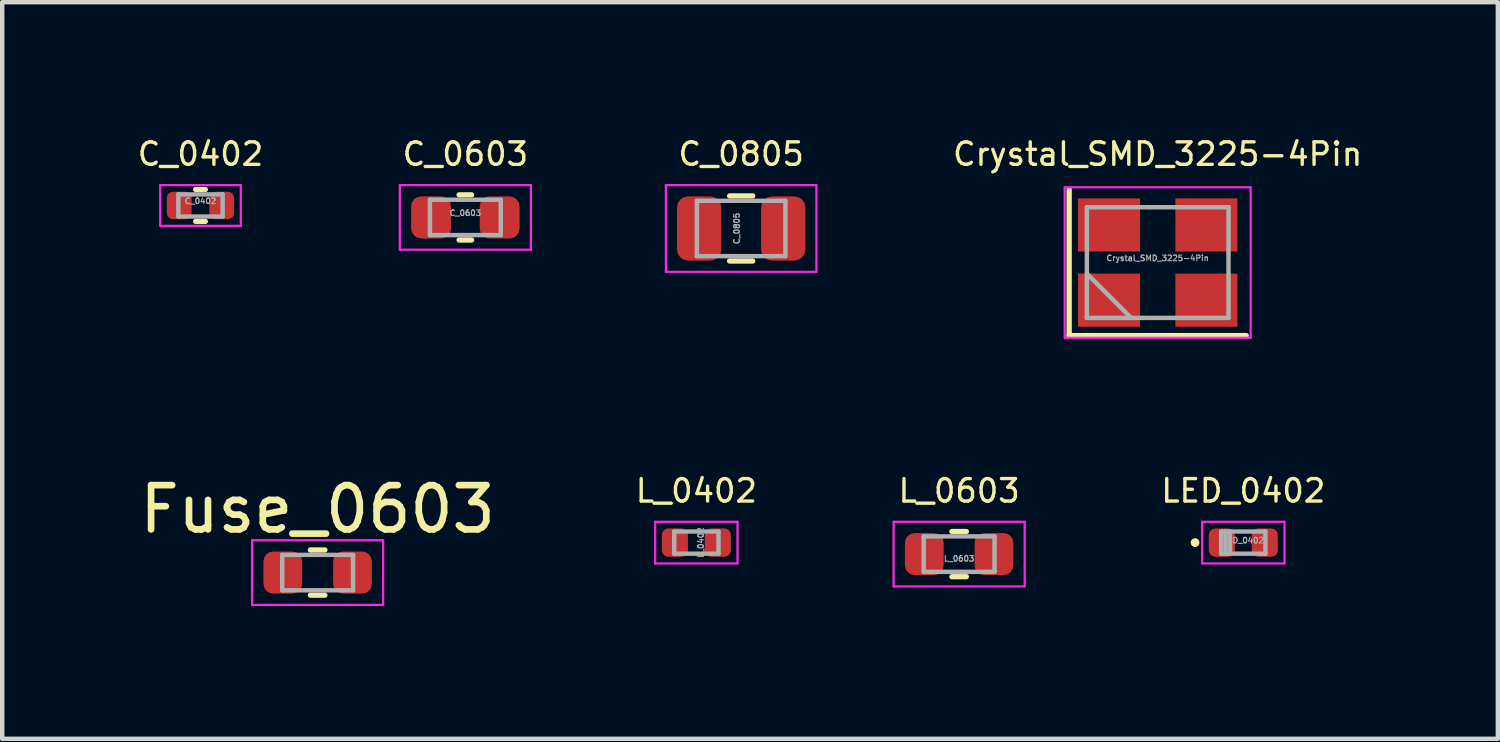
<source format=kicad_pcb>
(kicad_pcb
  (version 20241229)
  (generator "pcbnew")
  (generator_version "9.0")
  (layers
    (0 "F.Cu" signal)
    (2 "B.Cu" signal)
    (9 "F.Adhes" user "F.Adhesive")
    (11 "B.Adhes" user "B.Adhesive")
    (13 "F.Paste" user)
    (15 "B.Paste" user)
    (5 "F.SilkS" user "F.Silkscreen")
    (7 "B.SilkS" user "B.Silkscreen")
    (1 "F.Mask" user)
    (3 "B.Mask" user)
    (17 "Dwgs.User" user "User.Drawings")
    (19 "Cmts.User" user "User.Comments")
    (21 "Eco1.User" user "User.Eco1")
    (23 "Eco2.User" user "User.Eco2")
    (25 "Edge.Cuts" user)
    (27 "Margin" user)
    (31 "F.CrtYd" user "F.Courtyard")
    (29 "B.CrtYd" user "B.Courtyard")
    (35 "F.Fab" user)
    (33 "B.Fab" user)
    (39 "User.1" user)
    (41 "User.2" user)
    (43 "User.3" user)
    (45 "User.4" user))
  (footprint "C_0603"
    (layer "F.Cu")
    (at 7.462 1.861)
    (property "Reference" "C_0603" (at 0 -1.43 180) (layer "F.SilkS") (effects (font (size 0.508 0.508) (thickness 0.076))))
    (attr smd)
    (fp_line (start 0.141 -0.51) (end -0.141 -0.51) (stroke (width 0.12) (type solid)) (layer "F.SilkS"))
    (fp_line (start 0.141 0.51) (end -0.141 0.51) (stroke (width 0.12) (type solid)) (layer "F.SilkS"))
    (fp_line (start -1.48 -0.73) (end -1.48 0.73) (stroke (width 0.05) (type solid)) (layer "F.CrtYd"))
    (fp_line (start -1.48 0.73) (end 1.48 0.73) (stroke (width 0.05) (type solid)) (layer "F.CrtYd"))
    (fp_line (start 1.48 -0.73) (end -1.48 -0.73) (stroke (width 0.05) (type solid)) (layer "F.CrtYd"))
    (fp_line (start 1.48 0.73) (end 1.48 -0.73) (stroke (width 0.05) (type solid)) (layer "F.CrtYd"))
    (fp_line (start -0.8 -0.4) (end -0.8 0.4) (stroke (width 0.1) (type solid)) (layer "F.Fab"))
    (fp_line (start -0.8 0.4) (end 0.8 0.4) (stroke (width 0.1) (type solid)) (layer "F.Fab"))
    (fp_line (start 0.8 -0.4) (end -0.8 -0.4) (stroke (width 0.1) (type solid)) (layer "F.Fab"))
    (fp_line (start 0.8 0.4) (end 0.8 -0.4) (stroke (width 0.1) (type solid)) (layer "F.Fab"))
    (fp_text user "${REFERENCE}" (at 0 -0.1 180) (layer "F.Fab") (effects (font (size 0.127 0.127) (thickness 0.025))))
    (pad "1" smd roundrect (at -0.775 0 180) (size 0.9 0.95) (layers "F.Cu" "F.Mask" "F.Paste") (roundrect_rratio 0.25))
    (pad "2" smd roundrect (at 0.775 0 180) (size 0.9 0.95) (layers "F.Cu" "F.Mask" "F.Paste") (roundrect_rratio 0.25)))
  (footprint "L_0603"
    (layer "F.Cu")
    (at 18.616 9.467)
    (property "Reference" "L_0603" (at 0 -1.43 180) (layer "F.SilkS") (effects (font (size 0.508 0.508) (thickness 0.076))))
    (attr smd)
    (fp_line (start -0.163 -0.51) (end 0.163 -0.51) (stroke (width 0.12) (type solid)) (layer "F.SilkS"))
    (fp_line (start -0.163 0.51) (end 0.163 0.51) (stroke (width 0.12) (type solid)) (layer "F.SilkS"))
    (fp_line (start -1.48 -0.73) (end 1.48 -0.73) (stroke (width 0.05) (type solid)) (layer "F.CrtYd"))
    (fp_line (start -1.48 0.73) (end -1.48 -0.73) (stroke (width 0.05) (type solid)) (layer "F.CrtYd"))
    (fp_line (start 1.48 -0.73) (end 1.48 0.73) (stroke (width 0.05) (type solid)) (layer "F.CrtYd"))
    (fp_line (start 1.48 0.73) (end -1.48 0.73) (stroke (width 0.05) (type solid)) (layer "F.CrtYd"))
    (fp_line (start -0.8 -0.4) (end 0.8 -0.4) (stroke (width 0.1) (type solid)) (layer "F.Fab"))
    (fp_line (start -0.8 0.4) (end -0.8 -0.4) (stroke (width 0.1) (type solid)) (layer "F.Fab"))
    (fp_line (start 0.8 -0.4) (end 0.8 0.4) (stroke (width 0.1) (type solid)) (layer "F.Fab"))
    (fp_line (start 0.8 0.4) (end -0.8 0.4) (stroke (width 0.1) (type solid)) (layer "F.Fab"))
    (fp_text user "${REFERENCE}" (at 0 0.102 180) (layer "F.Fab") (effects (font (size 0.127 0.127) (thickness 0.025))))
    (pad "1" smd roundrect (at -0.787 0) (size 0.875 0.95) (layers "F.Cu" "F.Mask" "F.Paste") (roundrect_rratio 0.25))
    (pad "2" smd roundrect (at 0.787 0) (size 0.875 0.95) (layers "F.Cu" "F.Mask" "F.Paste") (roundrect_rratio 0.25)))
  (footprint "C_0805"
    (layer "F.Cu")
    (at 13.692 2.111)
    (property "Reference" "C_0805" (at 0 -1.68 180) (layer "F.SilkS") (effects (font (size 0.508 0.508) (thickness 0.076))))
    (attr smd)
    (fp_line (start -0.261 -0.735) (end 0.261 -0.735) (stroke (width 0.12) (type solid)) (layer "F.SilkS"))
    (fp_line (start -0.261 0.735) (end 0.261 0.735) (stroke (width 0.12) (type solid)) (layer "F.SilkS"))
    (fp_line (start -1.7 -0.98) (end 1.7 -0.98) (stroke (width 0.05) (type solid)) (layer "F.CrtYd"))
    (fp_line (start -1.7 0.98) (end -1.7 -0.98) (stroke (width 0.05) (type solid)) (layer "F.CrtYd"))
    (fp_line (start 1.7 -0.98) (end 1.7 0.98) (stroke (width 0.05) (type solid)) (layer "F.CrtYd"))
    (fp_line (start 1.7 0.98) (end -1.7 0.98) (stroke (width 0.05) (type solid)) (layer "F.CrtYd"))
    (fp_line (start -1 -0.625) (end 1 -0.625) (stroke (width 0.1) (type solid)) (layer "F.Fab"))
    (fp_line (start -1 0.625) (end -1 -0.625) (stroke (width 0.1) (type solid)) (layer "F.Fab"))
    (fp_line (start 1 -0.625) (end 1 0.625) (stroke (width 0.1) (type solid)) (layer "F.Fab"))
    (fp_line (start 1 0.625) (end -1 0.625) (stroke (width 0.1) (type solid)) (layer "F.Fab"))
    (fp_text user "${REFERENCE}" (at -0.1 0 270) (layer "F.Fab") (effects (font (size 0.127 0.127) (thickness 0.025))))
    (pad "1" smd roundrect (at -0.95 0) (size 1 1.45) (layers "F.Cu" "F.Mask" "F.Paste") (roundrect_rratio 0.25))
    (pad "2" smd roundrect (at 0.95 0) (size 1 1.45) (layers "F.Cu" "F.Mask" "F.Paste") (roundrect_rratio 0.25)))
  (footprint "L_0402"
    (layer "F.Cu")
    (at 12.68 9.207)
    (property "Reference" "L_0402" (at 0 -1.17 180) (layer "F.SilkS") (effects (font (size 0.508 0.508) (thickness 0.076))))
    (attr smd)
    (fp_line (start -0.93 -0.47) (end 0.93 -0.47) (stroke (width 0.05) (type solid)) (layer "F.CrtYd"))
    (fp_line (start -0.93 0.47) (end -0.93 -0.47) (stroke (width 0.05) (type solid)) (layer "F.CrtYd"))
    (fp_line (start 0.93 -0.47) (end 0.93 0.47) (stroke (width 0.05) (type solid)) (layer "F.CrtYd"))
    (fp_line (start 0.93 0.47) (end -0.93 0.47) (stroke (width 0.05) (type solid)) (layer "F.CrtYd"))
    (fp_line (start -0.5 -0.25) (end 0.5 -0.25) (stroke (width 0.1) (type solid)) (layer "F.Fab"))
    (fp_line (start -0.5 0.25) (end -0.5 -0.25) (stroke (width 0.1) (type solid)) (layer "F.Fab"))
    (fp_line (start 0.5 -0.25) (end 0.5 0.25) (stroke (width 0.1) (type solid)) (layer "F.Fab"))
    (fp_line (start 0.5 0.25) (end -0.5 0.25) (stroke (width 0.1) (type solid)) (layer "F.Fab"))
    (fp_text user "${REFERENCE}" (at 0.1 0 90) (layer "F.Fab") (effects (font (size 0.127 0.127) (thickness 0.025))))
    (pad "1" smd roundrect (at -0.485 0) (size 0.59 0.64) (layers "F.Cu" "F.Mask" "F.Paste") (roundrect_rratio 0.25))
    (pad "2" smd roundrect (at 0.485 0) (size 0.59 0.64) (layers "F.Cu" "F.Mask" "F.Paste") (roundrect_rratio 0.25)))
  (footprint "C_0402"
    (layer "F.Cu")
    (at 1.479 1.591)
    (property "Reference" "C_0402" (at 0 -1.16 180) (layer "F.SilkS") (effects (font (size 0.508 0.508) (thickness 0.076))))
    (attr smd)
    (fp_line (start -0.108 -0.36) (end 0.108 -0.36) (stroke (width 0.12) (type solid)) (layer "F.SilkS"))
    (fp_line (start -0.108 0.36) (end 0.108 0.36) (stroke (width 0.12) (type solid)) (layer "F.SilkS"))
    (fp_line (start -0.91 -0.46) (end 0.91 -0.46) (stroke (width 0.05) (type solid)) (layer "F.CrtYd"))
    (fp_line (start -0.91 0.46) (end -0.91 -0.46) (stroke (width 0.05) (type solid)) (layer "F.CrtYd"))
    (fp_line (start 0.91 -0.46) (end 0.91 0.46) (stroke (width 0.05) (type solid)) (layer "F.CrtYd"))
    (fp_line (start 0.91 0.46) (end -0.91 0.46) (stroke (width 0.05) (type solid)) (layer "F.CrtYd"))
    (fp_line (start -0.5 -0.25) (end 0.5 -0.25) (stroke (width 0.1) (type solid)) (layer "F.Fab"))
    (fp_line (start -0.5 0.25) (end -0.5 -0.25) (stroke (width 0.1) (type solid)) (layer "F.Fab"))
    (fp_line (start 0.5 -0.25) (end 0.5 0.25) (stroke (width 0.1) (type solid)) (layer "F.Fab"))
    (fp_line (start 0.5 0.25) (end -0.5 0.25) (stroke (width 0.1) (type solid)) (layer "F.Fab"))
    (fp_text user "${REFERENCE}" (at 0 -0.1 180) (layer "F.Fab") (effects (font (size 0.127 0.127) (thickness 0.025))))
    (pad "1" smd roundrect (at -0.48 0) (size 0.56 0.62) (layers "F.Cu" "F.Mask" "F.Paste") (roundrect_rratio 0.25))
    (pad "2" smd roundrect (at 0.48 0) (size 0.56 0.62) (layers "F.Cu" "F.Mask" "F.Paste") (roundrect_rratio 0.25)))
  (footprint "Crystal_SMD_3225-4Pin"
    (layer "F.Cu")
    (at 23.101 2.881)
    (property "Reference" "Crystal_SMD_3225-4Pin" (at 0 -2.45 180) (layer "F.SilkS") (effects (font (size 0.508 0.508) (thickness 0.076))))
    (attr smd)
    (fp_line (start -2 -1.65) (end -2 1.65) (stroke (width 0.12) (type solid)) (layer "F.SilkS"))
    (fp_line (start -2 1.65) (end 2 1.65) (stroke (width 0.12) (type solid)) (layer "F.SilkS"))
    (fp_line (start -2.1 -1.7) (end -2.1 1.7) (stroke (width 0.05) (type solid)) (layer "F.CrtYd"))
    (fp_line (start -2.1 1.7) (end 2.1 1.7) (stroke (width 0.05) (type solid)) (layer "F.CrtYd"))
    (fp_line (start 2.1 -1.7) (end -2.1 -1.7) (stroke (width 0.05) (type solid)) (layer "F.CrtYd"))
    (fp_line (start 2.1 1.7) (end 2.1 -1.7) (stroke (width 0.05) (type solid)) (layer "F.CrtYd"))
    (fp_line (start -1.6 -1.25) (end -1.6 1.25) (stroke (width 0.1) (type solid)) (layer "F.Fab"))
    (fp_line (start -1.6 0.25) (end -0.6 1.25) (stroke (width 0.1) (type solid)) (layer "F.Fab"))
    (fp_line (start -1.6 1.25) (end 1.6 1.25) (stroke (width 0.1) (type solid)) (layer "F.Fab"))
    (fp_line (start 1.6 -1.25) (end -1.6 -1.25) (stroke (width 0.1) (type solid)) (layer "F.Fab"))
    (fp_line (start 1.6 1.25) (end 1.6 -1.25) (stroke (width 0.1) (type solid)) (layer "F.Fab"))
    (fp_text user "${REFERENCE}" (at 0 -0.1 180) (layer "F.Fab") (effects (font (size 0.127 0.127) (thickness 0.025))))
    (pad "1" smd rect (at -1.1 0.85) (size 1.4 1.2) (layers "F.Cu" "F.Mask" "F.Paste"))
    (pad "2" smd rect (at 1.1 0.85) (size 1.4 1.2) (layers "F.Cu" "F.Mask" "F.Paste"))
    (pad "3" smd rect (at 1.1 -0.85) (size 1.4 1.2) (layers "F.Cu" "F.Mask" "F.Paste"))
    (pad "4" smd rect (at -1.1 -0.85) (size 1.4 1.2) (layers "F.Cu" "F.Mask" "F.Paste")))
  (footprint "LED_0402"
    (layer "F.Cu")
    (at 25.035 9.207)
    (property "Reference" "LED_0402" (at 0 -1.17 180) (layer "F.SilkS") (effects (font (size 0.508 0.508) (thickness 0.076))))
    (attr smd)
    (fp_circle (center -1.09 0) (end -1.04 0) (stroke (width 0.1) (type solid)) (fill no) (layer "F.SilkS"))
    (fp_line (start -0.93 -0.47) (end 0.93 -0.47) (stroke (width 0.05) (type solid)) (layer "F.CrtYd"))
    (fp_line (start -0.93 0.47) (end -0.93 -0.47) (stroke (width 0.05) (type solid)) (layer "F.CrtYd"))
    (fp_line (start 0.93 -0.47) (end 0.93 0.47) (stroke (width 0.05) (type solid)) (layer "F.CrtYd"))
    (fp_line (start 0.93 0.47) (end -0.93 0.47) (stroke (width 0.05) (type solid)) (layer "F.CrtYd"))
    (fp_line (start -0.5 -0.25) (end 0.5 -0.25) (stroke (width 0.1) (type solid)) (layer "F.Fab"))
    (fp_line (start -0.5 0.25) (end -0.5 -0.25) (stroke (width 0.1) (type solid)) (layer "F.Fab"))
    (fp_line (start -0.4 0.25) (end -0.4 -0.25) (stroke (width 0.1) (type solid)) (layer "F.Fab"))
    (fp_line (start -0.3 0.25) (end -0.3 -0.25) (stroke (width 0.1) (type solid)) (layer "F.Fab"))
    (fp_line (start 0.5 -0.25) (end 0.5 0.25) (stroke (width 0.1) (type solid)) (layer "F.Fab"))
    (fp_line (start 0.5 0.25) (end -0.5 0.25) (stroke (width 0.1) (type solid)) (layer "F.Fab"))
    (fp_text user "${REFERENCE}" (at 0 -0.05 180) (layer "F.Fab") (effects (font (size 0.127 0.127) (thickness 0.025))))
    (pad "1" smd roundrect (at -0.485 0) (size 0.59 0.64) (layers "F.Cu" "F.Mask" "F.Paste") (roundrect_rratio 0.25))
    (pad "2" smd roundrect (at 0.485 0) (size 0.59 0.64) (layers "F.Cu" "F.Mask" "F.Paste") (roundrect_rratio 0.25)))
  (footprint "Fuse_0603"
    (layer "F.Cu")
    (at 4.125 9.884)
    (property "Reference" "Fuse_0603" (at 0 -1.43 0) (layer "F.SilkS") (effects (font (size 1 1) (thickness 0.15))))
    (attr smd)
    (fp_line (start -0.163 -0.51) (end 0.163 -0.51) (stroke (width 0.12) (type solid)) (layer "F.SilkS"))
    (fp_line (start -0.163 0.51) (end 0.163 0.51) (stroke (width 0.12) (type solid)) (layer "F.SilkS"))
    (fp_line (start -1.48 -0.73) (end 1.48 -0.73) (stroke (width 0.05) (type solid)) (layer "F.CrtYd"))
    (fp_line (start -1.48 0.73) (end -1.48 -0.73) (stroke (width 0.05) (type solid)) (layer "F.CrtYd"))
    (fp_line (start 1.48 -0.73) (end 1.48 0.73) (stroke (width 0.05) (type solid)) (layer "F.CrtYd"))
    (fp_line (start 1.48 0.73) (end -1.48 0.73) (stroke (width 0.05) (type solid)) (layer "F.CrtYd"))
    (fp_line (start -0.8 -0.4) (end 0.8 -0.4) (stroke (width 0.1) (type solid)) (layer "F.Fab"))
    (fp_line (start -0.8 0.4) (end -0.8 -0.4) (stroke (width 0.1) (type solid)) (layer "F.Fab"))
    (fp_line (start 0.8 -0.4) (end 0.8 0.4) (stroke (width 0.1) (type solid)) (layer "F.Fab"))
    (fp_line (start 0.8 0.4) (end -0.8 0.4) (stroke (width 0.1) (type solid)) (layer "F.Fab"))
    (pad "1" smd roundrect (at -0.787 0) (size 0.875 0.95) (layers "F.Cu" "F.Mask" "F.Paste") (roundrect_rratio 0.25))
    (pad "2" smd roundrect (at 0.787 0) (size 0.875 0.95) (layers "F.Cu" "F.Mask" "F.Paste") (roundrect_rratio 0.25)))
  (gr_rect
    (start -3 -3)
    (end 30.785 13.639)
    (stroke (width 0.1) (type default))
    (fill no)
    (layer "Edge.Cuts")))
</source>
